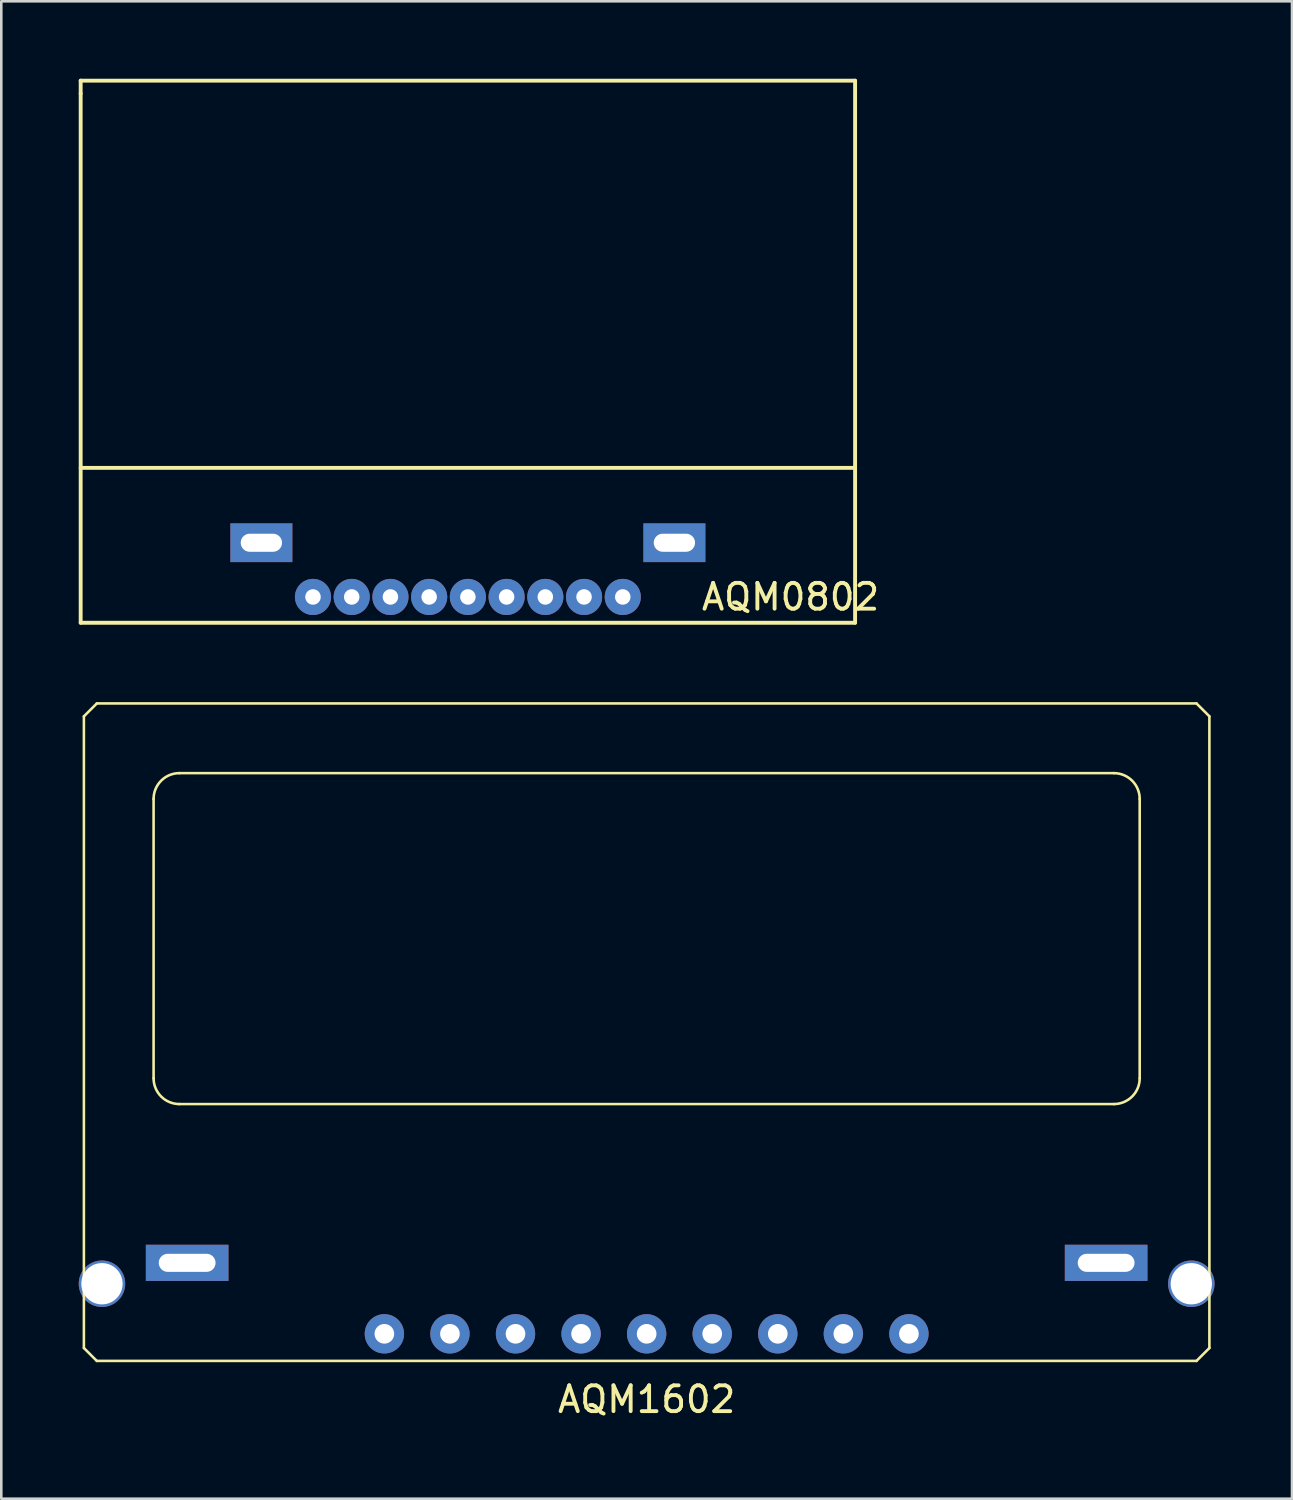
<source format=kicad_pcb>
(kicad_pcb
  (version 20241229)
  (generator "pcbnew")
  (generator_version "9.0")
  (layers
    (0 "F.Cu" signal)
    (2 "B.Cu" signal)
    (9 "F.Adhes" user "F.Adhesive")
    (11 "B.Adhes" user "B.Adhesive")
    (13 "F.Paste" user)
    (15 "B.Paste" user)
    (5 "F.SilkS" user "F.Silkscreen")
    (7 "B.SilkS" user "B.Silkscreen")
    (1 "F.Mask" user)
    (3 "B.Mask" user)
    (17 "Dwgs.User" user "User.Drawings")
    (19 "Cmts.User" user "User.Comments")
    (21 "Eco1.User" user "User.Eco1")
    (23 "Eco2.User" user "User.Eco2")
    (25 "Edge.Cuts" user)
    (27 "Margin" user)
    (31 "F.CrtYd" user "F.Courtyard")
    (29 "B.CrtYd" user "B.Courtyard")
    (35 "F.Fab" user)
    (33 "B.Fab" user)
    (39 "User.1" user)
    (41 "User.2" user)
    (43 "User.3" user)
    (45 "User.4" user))
  (footprint "AQM1602"
    (layer "F.Cu")
    (at 22 48.62)
    (property "Reference" "AQM1602" (at 0 2.54 0) (layer "F.SilkS") (effects (font (size 1 1) (thickness 0.15))))
    (attr through_hole)
    (fp_line (start -21.8 -23.92) (end -21.8 0.55) (stroke (width 0.1) (type solid)) (layer "F.SilkS"))
    (fp_line (start -21.8 -23.92) (end -21.3 -24.42) (stroke (width 0.1) (type solid)) (layer "F.SilkS"))
    (fp_line (start -21.3 -24.42) (end 21.3 -24.42) (stroke (width 0.1) (type solid)) (layer "F.SilkS"))
    (fp_line (start -21.3 1.05) (end -21.8 0.55) (stroke (width 0.1) (type solid)) (layer "F.SilkS"))
    (fp_line (start -19.1 -20.72) (end -19.1 -9.9) (stroke (width 0.1) (type solid)) (layer "F.SilkS"))
    (fp_line (start -18.1 -21.72) (end 18.1 -21.72) (stroke (width 0.1) (type solid)) (layer "F.SilkS"))
    (fp_line (start -18.1 -8.9) (end 18.1 -8.9) (stroke (width 0.1) (type solid)) (layer "F.SilkS"))
    (fp_line (start 19.1 -20.72) (end 19.1 -9.9) (stroke (width 0.1) (type solid)) (layer "F.SilkS"))
    (fp_line (start 21.3 -24.42) (end 21.8 -23.92) (stroke (width 0.1) (type solid)) (layer "F.SilkS"))
    (fp_line (start 21.3 1.05) (end -21.3 1.05) (stroke (width 0.1) (type solid)) (layer "F.SilkS"))
    (fp_line (start 21.8 -23.92) (end 21.8 0.55) (stroke (width 0.1) (type solid)) (layer "F.SilkS"))
    (fp_line (start 21.8 0.55) (end 21.3 1.05) (stroke (width 0.1) (type solid)) (layer "F.SilkS"))
    (fp_arc (start -19.1 -20.72) (mid -18.807107 -21.427107) (end -18.1 -21.72) (stroke (width 0.1) (type solid)) (layer "F.SilkS"))
    (fp_arc (start -18.1 -8.9) (mid -18.807107 -9.192893) (end -19.1 -9.9) (stroke (width 0.1) (type solid)) (layer "F.SilkS"))
    (fp_arc (start 18.1 -21.72) (mid 18.807107 -21.427107) (end 19.1 -20.72) (stroke (width 0.1) (type solid)) (layer "F.SilkS"))
    (fp_arc (start 19.099998 -9.898255) (mid 18.806489 -9.192277) (end 18.1 -8.9) (stroke (width 0.1) (type solid)) (layer "F.SilkS"))
    (pad "" np_thru_hole circle (at -21.1 -1.94) (size 1.8 1.8) (drill 1.6) (layers "*.Cu" "*.Mask"))
    (pad "" np_thru_hole circle (at 21.1 -1.94) (size 1.8 1.8) (drill 1.6) (layers "*.Cu" "*.Mask"))
    (pad "1" thru_hole circle (at -10.16 0) (size 1.524 1.524) (drill 0.762) (layers "*.Cu" "*.Mask"))
    (pad "2" thru_hole circle (at -7.62 0) (size 1.524 1.524) (drill 0.762) (layers "*.Cu" "*.Mask"))
    (pad "3" thru_hole circle (at -5.08 0) (size 1.524 1.524) (drill 0.762) (layers "*.Cu" "*.Mask"))
    (pad "4" thru_hole circle (at -2.54 0) (size 1.524 1.524) (drill 0.762) (layers "*.Cu" "*.Mask"))
    (pad "5" thru_hole circle (at 0 0) (size 1.524 1.524) (drill 0.762) (layers "*.Cu" "*.Mask"))
    (pad "6" thru_hole circle (at 2.54 0) (size 1.524 1.524) (drill 0.762) (layers "*.Cu" "*.Mask"))
    (pad "7" thru_hole circle (at 5.08 0) (size 1.524 1.524) (drill 0.762) (layers "*.Cu" "*.Mask"))
    (pad "8" thru_hole circle (at 7.62 0) (size 1.524 1.524) (drill 0.762) (layers "*.Cu" "*.Mask"))
    (pad "9" thru_hole circle (at 10.16 0) (size 1.524 1.524) (drill 0.762) (layers "*.Cu" "*.Mask"))
    (pad "10" thru_hole rect (at -17.8 -2.75) (size 3.2 1.4) (drill oval 2.2 0.7) (layers "*.Cu" "*.Mask"))
    (pad "11" thru_hole rect (at 17.8 -2.75) (size 3.2 1.4) (drill oval 2.2 0.7) (layers "*.Cu" "*.Mask")))
  (footprint "AQM0802"
    (layer "F.Cu")
    (at 15.075 20.075)
    (property "Reference" "AQM0802" (at 12.5 0 0) (layer "F.SilkS") (effects (font (size 1 1) (thickness 0.15))))
    (attr through_hole)
    (fp_line (start -15 -20) (end 15 -20) (stroke (width 0.15) (type solid)) (layer "F.SilkS"))
    (fp_line (start -15 -19.5) (end -15 -20) (stroke (width 0.15) (type solid)) (layer "F.SilkS"))
    (fp_line (start -15 -5) (end 15 -5) (stroke (width 0.15) (type solid)) (layer "F.SilkS"))
    (fp_line (start -15 1) (end -15 -19.5) (stroke (width 0.15) (type solid)) (layer "F.SilkS"))
    (fp_line (start 15 -20) (end 15 1) (stroke (width 0.15) (type solid)) (layer "F.SilkS"))
    (fp_line (start 15 1) (end -15 1) (stroke (width 0.15) (type solid)) (layer "F.SilkS"))
    (pad "1" thru_hole circle (at -6 0) (size 1.4 1.4) (drill 0.6) (layers "*.Cu" "*.Mask"))
    (pad "2" thru_hole circle (at -4.5 0) (size 1.4 1.4) (drill 0.6) (layers "*.Cu" "*.Mask"))
    (pad "3" thru_hole circle (at -3 0) (size 1.4 1.4) (drill 0.6) (layers "*.Cu" "*.Mask"))
    (pad "4" thru_hole circle (at -1.5 0) (size 1.4 1.4) (drill 0.6) (layers "*.Cu" "*.Mask"))
    (pad "5" thru_hole circle (at 0 0) (size 1.4 1.4) (drill 0.6) (layers "*.Cu" "*.Mask"))
    (pad "6" thru_hole circle (at 1.5 0) (size 1.4 1.4) (drill 0.6) (layers "*.Cu" "*.Mask"))
    (pad "7" thru_hole circle (at 3 0) (size 1.4 1.4) (drill 0.6) (layers "*.Cu" "*.Mask"))
    (pad "8" thru_hole circle (at 4.5 0) (size 1.4 1.4) (drill 0.6) (layers "*.Cu" "*.Mask"))
    (pad "9" thru_hole circle (at 6 0) (size 1.4 1.4) (drill 0.6) (layers "*.Cu" "*.Mask"))
    (pad "10" thru_hole rect (at -8 -2.1) (size 2.4 1.5) (drill oval 1.6 0.7) (layers "*.Cu" "*.Mask"))
    (pad "11" thru_hole rect (at 8 -2.1) (size 2.4 1.5) (drill oval 1.6 0.7) (layers "*.Cu" "*.Mask")))
  (gr_rect
    (start -3 -3)
    (end 47 55.008)
    (stroke (width 0.1) (type default))
    (fill no)
    (layer "Edge.Cuts")))
</source>
